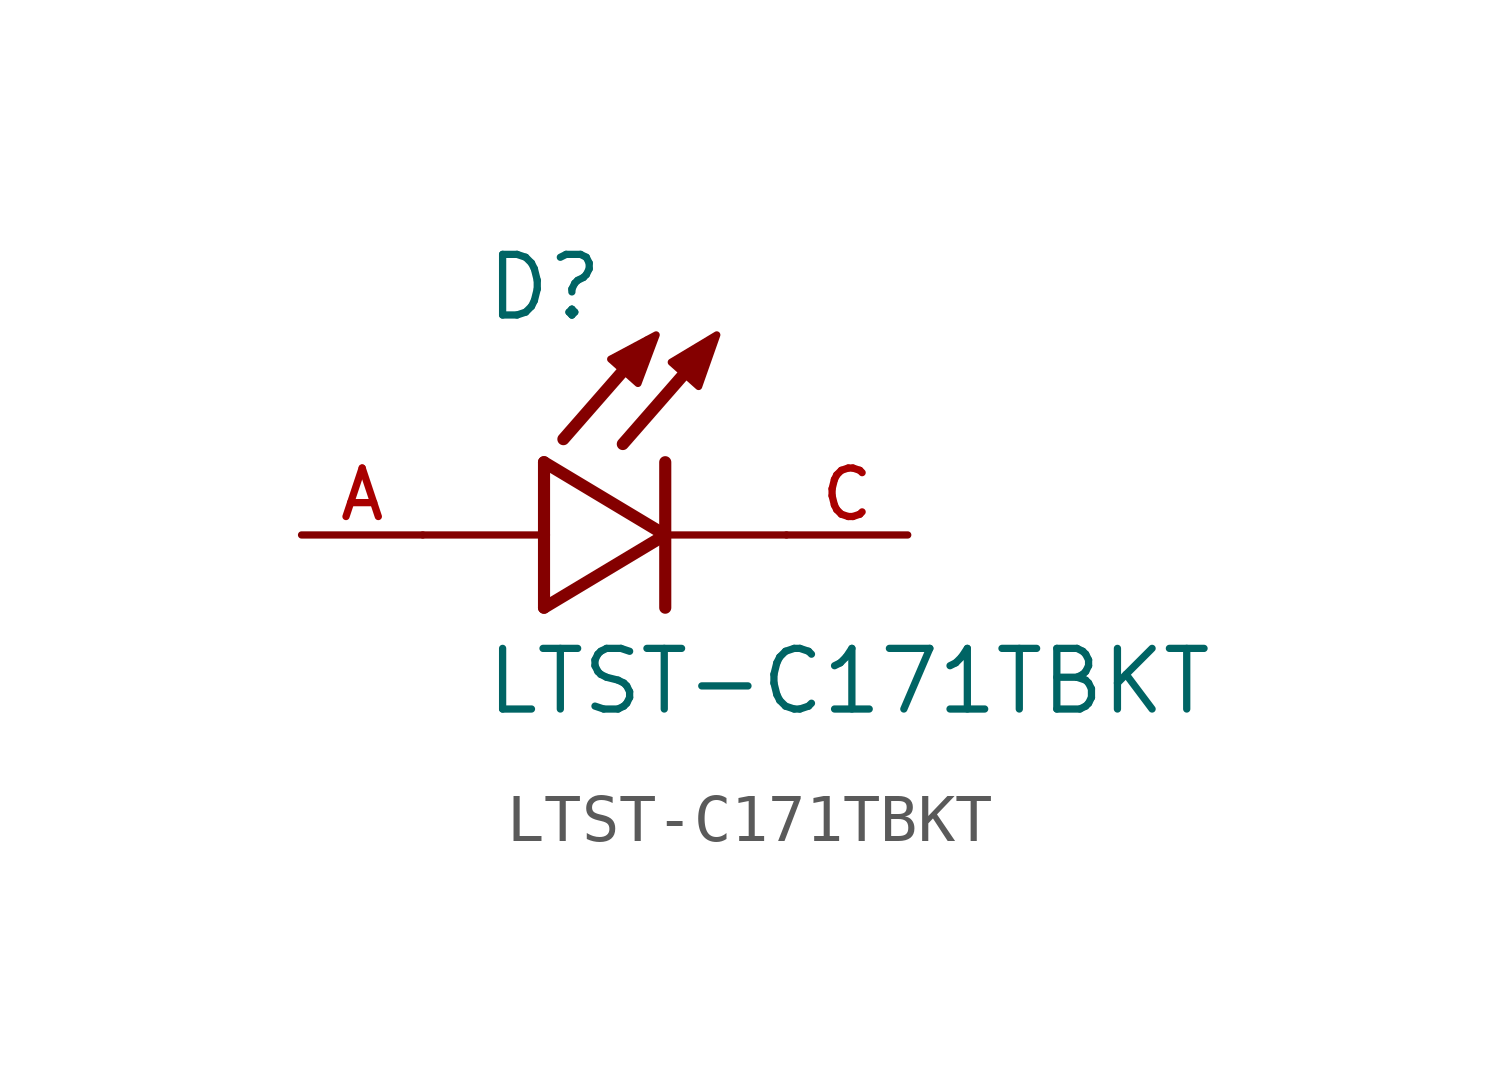
<source format=kicad_sym>
(kicad_symbol_lib
  (version 20211014)
  (generator kicad_symbol_editor)
  (symbol "LTST-C171TBKT"
    (pin_names
      (offset 1.016))
    (property "Reference" "D"
      (at -3.81 4.445 0)
      (effects (font (size 1.27 1.27)) (justify bottom left)))
    (property "Value" "LTST-C171TBKT"
      (at -3.81 -3.81 0)
      (effects (font (size 1.27 1.27)) (justify bottom left)))
    (symbol "LTST-C171TBKT_0_0"
      (polyline (pts (xy -2.54 1.524) (xy -2.54 0.0)) (stroke (width 0.254)))
      (polyline (pts (xy -2.54 0.0) (xy -2.54 -1.524)) (stroke (width 0.254)))
      (polyline (pts (xy -2.54 -1.524) (xy 0.0 0.0)) (stroke (width 0.254)))
      (polyline (pts (xy 0.0 0.0) (xy -2.54 1.524)) (stroke (width 0.254)))
      (polyline (pts (xy 0.0 1.524) (xy 0.0 0.0)) (stroke (width 0.254)))
      (polyline (pts (xy 0.0 0.0) (xy 0.0 -1.524)) (stroke (width 0.254)))
      (polyline (pts (xy -2.54 0.0) (xy -5.08 0.0)) (stroke (width 0.152)))
      (polyline (pts (xy 0.889 3.937) (xy -0.889 1.905)) (stroke (width 0.254)))
      (polyline (pts (xy -0.356 4.039) (xy -2.134 2.007)) (stroke (width 0.254)))
      (polyline (pts (xy 2.54 0.0) (xy 0.0 0.0)) (stroke (width 0.152)))
      (polyline (pts (xy -1.143 3.683) (xy -0.572 3.175) (xy -0.191 4.191) (xy -1.143 3.683)) (stroke (width 0.152)) (fill (type outline)))
      (polyline (pts (xy 0.127 3.619) (xy 0.699 3.111) (xy 1.079 4.191) (xy 0.127 3.619)) (stroke (width 0.152)) (fill (type outline)))
      (pin passive line (at 5.08 0.0 180.0) (length 2.54) (name "~" (effects (font (size 1.016 1.016)))) (number "C" (effects (font (size 1.016 1.016)))))
      (pin passive line (at -7.62 0.0 0) (length 2.54) (name "~" (effects (font (size 1.016 1.016)))) (number "A" (effects (font (size 1.016 1.016))))))))
</source>
